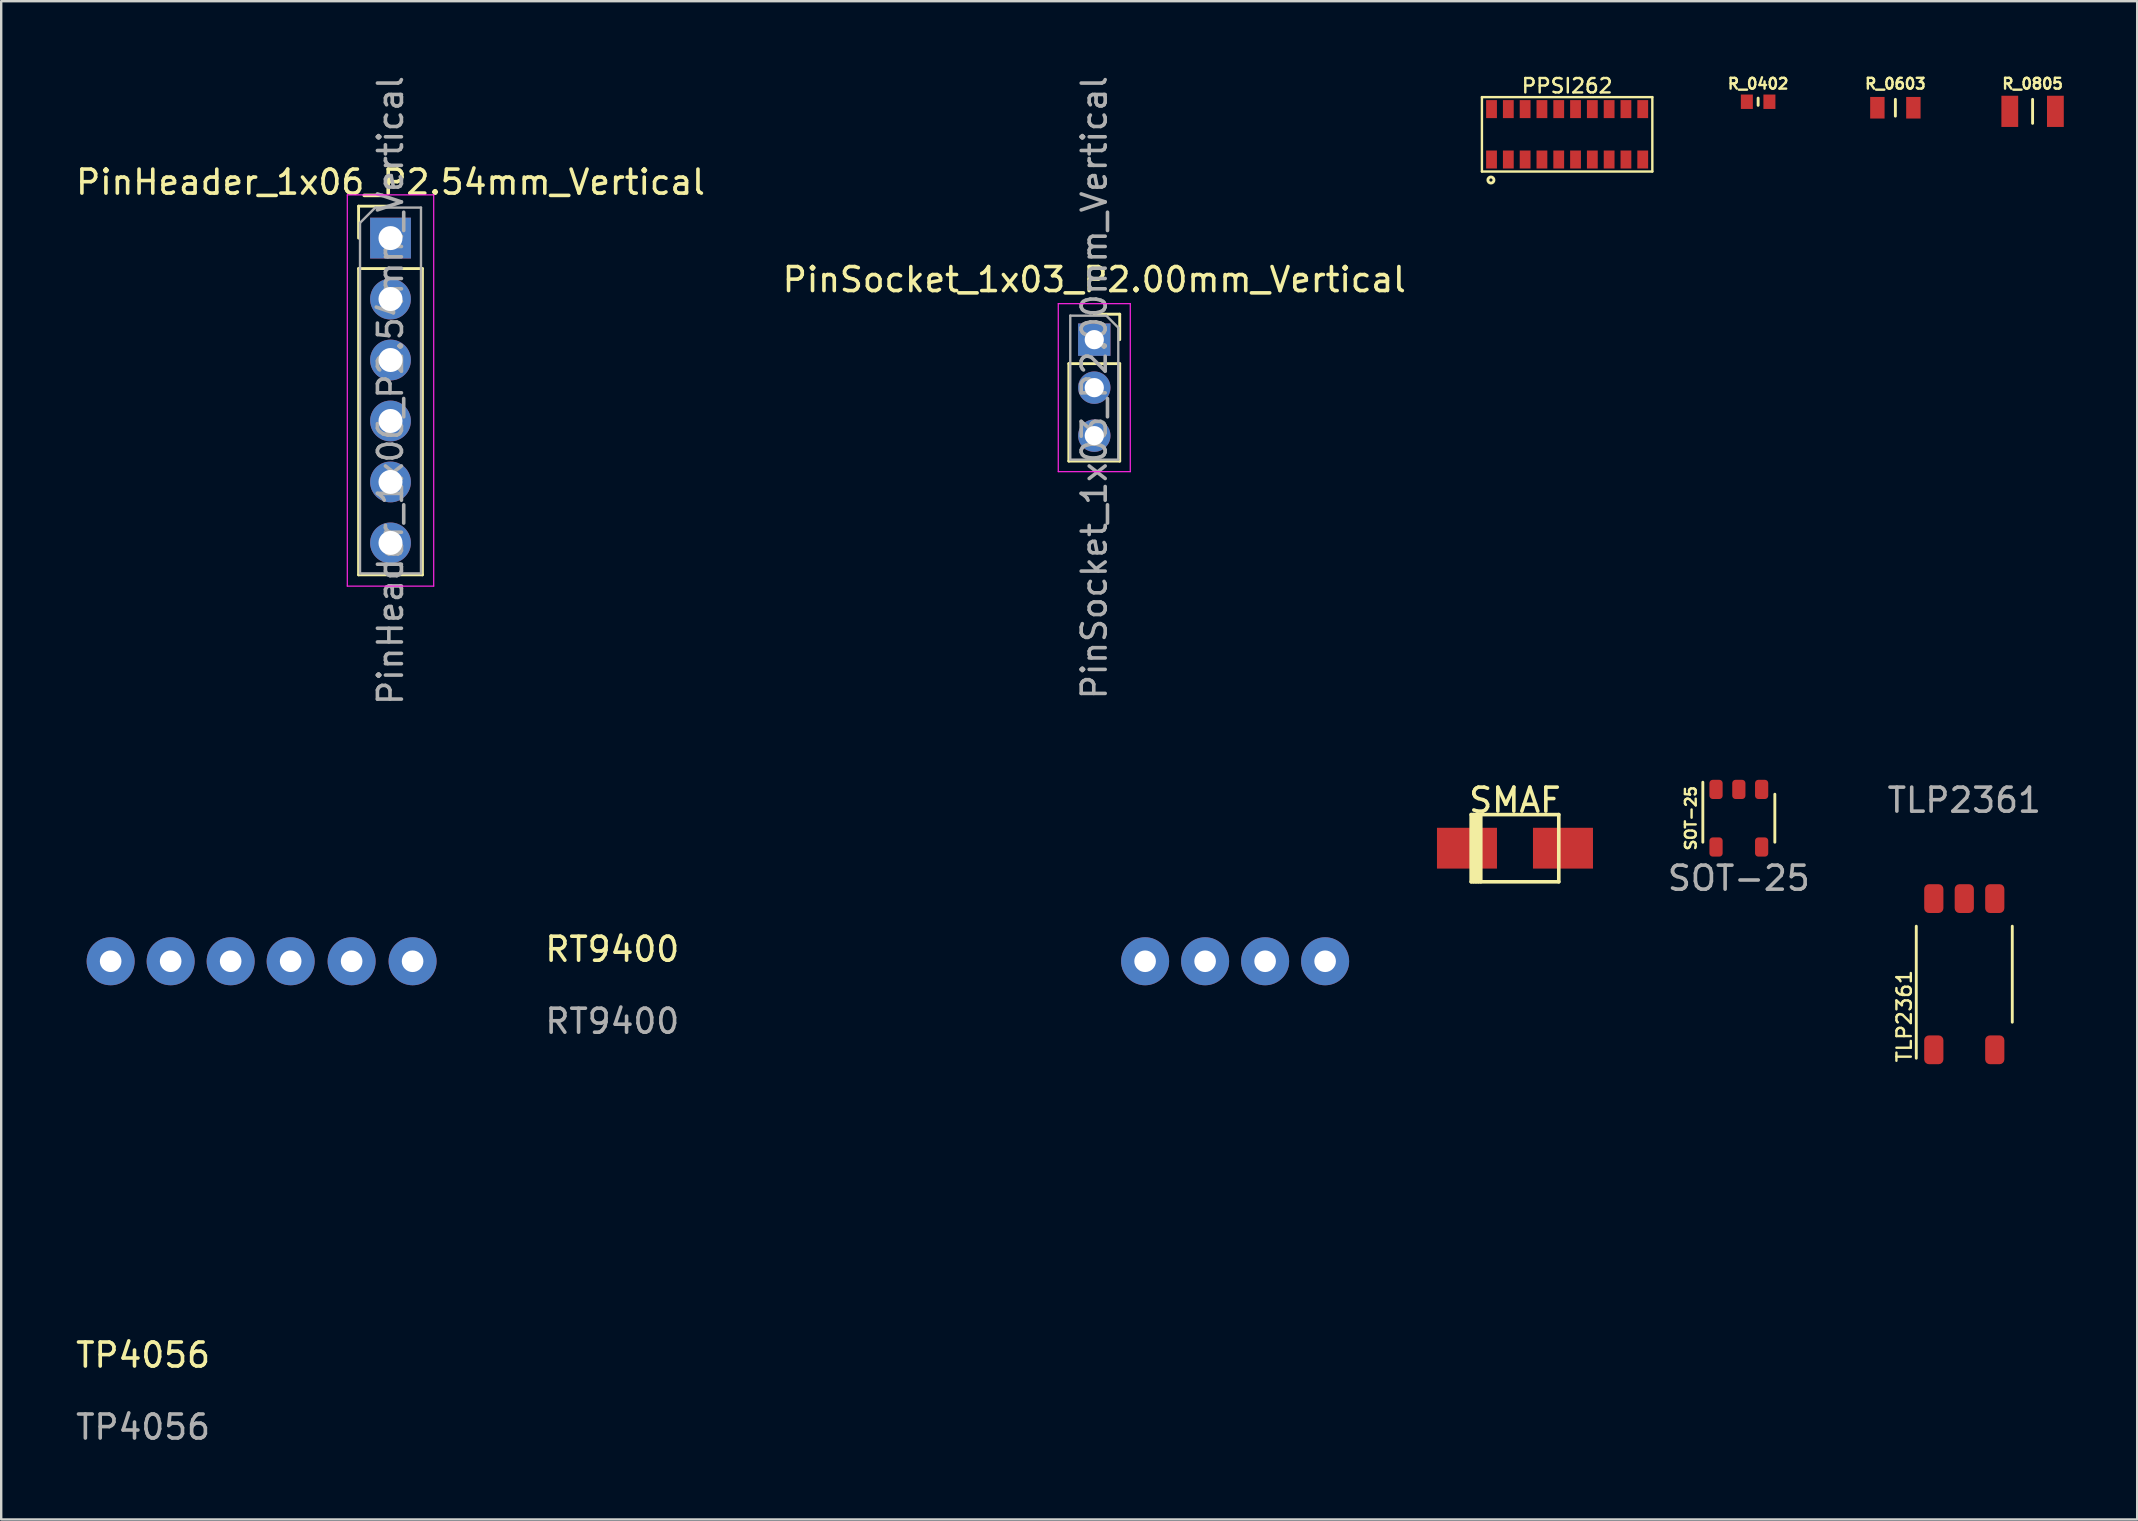
<source format=kicad_pcb>
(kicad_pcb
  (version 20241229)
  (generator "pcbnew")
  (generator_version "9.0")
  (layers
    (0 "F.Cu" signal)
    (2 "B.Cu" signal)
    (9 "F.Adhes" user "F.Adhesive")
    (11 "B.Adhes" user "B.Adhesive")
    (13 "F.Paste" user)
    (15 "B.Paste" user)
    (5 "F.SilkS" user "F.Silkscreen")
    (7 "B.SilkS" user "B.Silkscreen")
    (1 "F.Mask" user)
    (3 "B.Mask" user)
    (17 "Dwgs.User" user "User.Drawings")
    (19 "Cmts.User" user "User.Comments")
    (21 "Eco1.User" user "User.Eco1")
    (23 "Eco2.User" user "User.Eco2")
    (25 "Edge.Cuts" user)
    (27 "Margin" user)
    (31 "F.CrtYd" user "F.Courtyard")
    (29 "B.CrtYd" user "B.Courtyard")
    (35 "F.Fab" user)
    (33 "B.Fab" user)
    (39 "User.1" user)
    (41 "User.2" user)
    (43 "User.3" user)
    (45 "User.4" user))
  (footprint "PPSI262"
    (layer "F.Cu")
    (at 62.243 2.546)
    (property "Reference" "PPSI262" (at 0 -2.019 0) (layer "F.SilkS") (effects (font (size 0.6 0.6) (thickness 0.1))))
    (attr through_hole)
    (fp_line (start -3.55 -1.55) (end -3.55 1.55) (stroke (width 0.1) (type solid)) (layer "F.SilkS"))
    (fp_line (start -3.55 -1.55) (end 3.55 -1.55) (stroke (width 0.1) (type solid)) (layer "F.SilkS"))
    (fp_line (start -3.55 1.55) (end 3.55 1.55) (stroke (width 0.1) (type solid)) (layer "F.SilkS"))
    (fp_line (start 3.55 -1.55) (end 3.55 1.55) (stroke (width 0.1) (type solid)) (layer "F.SilkS"))
    (fp_circle (center -3.175 1.905) (end -3.048 1.905) (stroke (width 0.12) (type solid)) (fill no) (layer "F.SilkS"))
    (fp_line (start -0.762 0) (end 0.762 0) (stroke (width 0.12) (type solid)) (layer "Eco1.User"))
    (fp_line (start 0 0.762) (end 0 -0.762) (stroke (width 0.12) (type solid)) (layer "Eco1.User"))
    (pad "1" smd rect (at -3.15 1.05) (size 0.45 0.75) (layers "F.Cu" "F.Mask" "F.Paste"))
    (pad "2" smd rect (at -2.45 1.05) (size 0.45 0.75) (layers "F.Cu" "F.Mask" "F.Paste"))
    (pad "3" smd rect (at -1.75 1.05) (size 0.45 0.75) (layers "F.Cu" "F.Mask" "F.Paste"))
    (pad "4" smd rect (at -1.05 1.05) (size 0.45 0.75) (layers "F.Cu" "F.Mask" "F.Paste"))
    (pad "5" smd rect (at -0.35 1.05) (size 0.45 0.75) (layers "F.Cu" "F.Mask" "F.Paste"))
    (pad "6" smd rect (at 0.35 1.05) (size 0.45 0.75) (layers "F.Cu" "F.Mask" "F.Paste"))
    (pad "7" smd rect (at 1.05 1.05) (size 0.45 0.75) (layers "F.Cu" "F.Mask" "F.Paste"))
    (pad "8" smd rect (at 1.75 1.05) (size 0.45 0.75) (layers "F.Cu" "F.Mask" "F.Paste"))
    (pad "9" smd rect (at 2.45 1.05) (size 0.45 0.75) (layers "F.Cu" "F.Mask" "F.Paste"))
    (pad "10" smd rect (at 3.15 1.05) (size 0.45 0.75) (layers "F.Cu" "F.Mask" "F.Paste"))
    (pad "11" smd rect (at 3.15 -1.05 180) (size 0.45 0.75) (layers "F.Cu" "F.Mask" "F.Paste"))
    (pad "12" smd rect (at 2.45 -1.05 180) (size 0.45 0.75) (layers "F.Cu" "F.Mask" "F.Paste"))
    (pad "13" smd rect (at 1.75 -1.05 180) (size 0.45 0.75) (layers "F.Cu" "F.Mask" "F.Paste"))
    (pad "14" smd rect (at 1.05 -1.05 180) (size 0.45 0.75) (layers "F.Cu" "F.Mask" "F.Paste"))
    (pad "15" smd rect (at 0.35 -1.05 180) (size 0.45 0.75) (layers "F.Cu" "F.Mask" "F.Paste"))
    (pad "16" smd rect (at -0.35 -1.05 180) (size 0.45 0.75) (layers "F.Cu" "F.Mask" "F.Paste"))
    (pad "17" smd rect (at -1.05 -1.05 180) (size 0.45 0.75) (layers "F.Cu" "F.Mask" "F.Paste"))
    (pad "18" smd rect (at -1.75 -1.05 180) (size 0.45 0.75) (layers "F.Cu" "F.Mask" "F.Paste"))
    (pad "19" smd rect (at -2.45 -1.05 180) (size 0.45 0.75) (layers "F.Cu" "F.Mask" "F.Paste"))
    (pad "20" smd rect (at -3.15 -1.05 180) (size 0.45 0.75) (layers "F.Cu" "F.Mask" "F.Paste")))
  (footprint "TLP2361"
    (layer "F.Cu")
    (at 78.79 37.539)
    (property "Reference" "TLP2361" (at -2.5 1.75 90) (unlocked yes) (layer "F.SilkS") (effects (font (size 0.6 0.6) (thickness 0.1) (bold yes))))
    (attr smd)
    (fp_line (start -2 -2) (end -2 3.5) (stroke (width 0.12) (type default)) (layer "F.SilkS"))
    (fp_line (start 2 -2) (end 2 2) (stroke (width 0.12) (type default)) (layer "F.SilkS"))
    (fp_rect (start -1.85 -2.275) (end 1.85 2.275) (stroke (width 0.08) (type default)) (fill no) (layer "Eco1.User"))
    (fp_text user "${REFERENCE}" (at 0 -7.25 0) (unlocked yes) (layer "F.Fab") (effects (font (size 1 1) (thickness 0.15))))
    (pad "1" smd roundrect (at -1.27 3.15 90) (size 1.2 0.8) (layers "F.Cu" "F.Mask" "F.Paste") (roundrect_rratio 0.25))
    (pad "3" smd roundrect (at 1.27 3.15 90) (size 1.2 0.8) (layers "F.Cu" "F.Mask" "F.Paste") (roundrect_rratio 0.25))
    (pad "4" smd roundrect (at 1.27 -3.15 90) (size 1.2 0.8) (layers "F.Cu" "F.Mask" "F.Paste") (roundrect_rratio 0.25))
    (pad "5" smd roundrect (at 0 -3.15 90) (size 1.2 0.8) (layers "F.Cu" "F.Mask" "F.Paste") (roundrect_rratio 0.25))
    (pad "6" smd roundrect (at -1.27 -3.15 90) (size 1.2 0.8) (layers "F.Cu" "F.Mask" "F.Paste") (roundrect_rratio 0.25)))
  (footprint "SMAF"
    (layer "F.Cu")
    (at 60.07 32.289)
    (property "Reference" "SMAF" (at 0 -2 0) (layer "F.SilkS") (effects (font (size 1 1) (thickness 0.15))))
    (attr through_hole)
    (fp_line (start -1.825 -1.4) (end -1.825 1.4) (stroke (width 0.15) (type solid)) (layer "F.SilkS"))
    (fp_line (start -1.825 1.4) (end 1.825 1.4) (stroke (width 0.15) (type solid)) (layer "F.SilkS"))
    (fp_line (start -1.725 -1.4) (end -1.725 1.4) (stroke (width 0.15) (type solid)) (layer "F.SilkS"))
    (fp_line (start -1.625 -1.4) (end -1.625 1.4) (stroke (width 0.15) (type solid)) (layer "F.SilkS"))
    (fp_line (start -1.525 -1.4) (end -1.525 1.4) (stroke (width 0.15) (type solid)) (layer "F.SilkS"))
    (fp_line (start -1.425 -1.4) (end -1.425 1.4) (stroke (width 0.15) (type solid)) (layer "F.SilkS"))
    (fp_line (start 1.825 -1.4) (end -1.825 -1.4) (stroke (width 0.15) (type solid)) (layer "F.SilkS"))
    (fp_line (start 1.825 1.4) (end 1.825 -1.4) (stroke (width 0.15) (type solid)) (layer "F.SilkS"))
    (pad "1" smd rect (at -2 0) (size 2.5 1.7) (layers "F.Cu" "F.Mask" "F.Paste"))
    (pad "2" smd rect (at 2 0) (size 2.5 1.7) (layers "F.Cu" "F.Mask" "F.Paste")))
  (footprint "PinSocket_1x03_P2.00mm_Vertical"
    (layer "F.Cu")
    (at 42.542 13.101)
    (property "Reference" "PinSocket_1x03_P2.00mm_Vertical" (at 0 -4.5 0) (layer "F.SilkS") (effects (font (size 1 1) (thickness 0.15))))
    (attr through_hole)
    (fp_line (start -1.06 -1) (end -1.06 3.06) (stroke (width 0.12) (type solid)) (layer "F.SilkS"))
    (fp_line (start -1.06 -1) (end 1.06 -1) (stroke (width 0.12) (type solid)) (layer "F.SilkS"))
    (fp_line (start -1.06 3.06) (end 1.06 3.06) (stroke (width 0.12) (type solid)) (layer "F.SilkS"))
    (fp_line (start 0 -3.06) (end 1.06 -3.06) (stroke (width 0.12) (type solid)) (layer "F.SilkS"))
    (fp_line (start 1.06 -3.06) (end 1.06 -2) (stroke (width 0.12) (type solid)) (layer "F.SilkS"))
    (fp_line (start 1.06 -1) (end 1.06 3.06) (stroke (width 0.12) (type solid)) (layer "F.SilkS"))
    (fp_line (start -1.5 -3.5) (end 1.5 -3.5) (stroke (width 0.05) (type solid)) (layer "F.CrtYd"))
    (fp_line (start -1.5 3.5) (end -1.5 -3.5) (stroke (width 0.05) (type solid)) (layer "F.CrtYd"))
    (fp_line (start 1.5 -3.5) (end 1.5 3.5) (stroke (width 0.05) (type solid)) (layer "F.CrtYd"))
    (fp_line (start 1.5 3.5) (end -1.5 3.5) (stroke (width 0.05) (type solid)) (layer "F.CrtYd"))
    (fp_line (start -1 -3) (end 0.5 -3) (stroke (width 0.1) (type solid)) (layer "F.Fab"))
    (fp_line (start -1 3) (end -1 -3) (stroke (width 0.1) (type solid)) (layer "F.Fab"))
    (fp_line (start 0.5 -3) (end 1 -2.5) (stroke (width 0.1) (type solid)) (layer "F.Fab"))
    (fp_line (start 1 -2.5) (end 1 3) (stroke (width 0.1) (type solid)) (layer "F.Fab"))
    (fp_line (start 1 3) (end -1 3) (stroke (width 0.1) (type solid)) (layer "F.Fab"))
    (fp_text user "${REFERENCE}" (at 0 0 90) (layer "F.Fab") (effects (font (size 1 1) (thickness 0.15))))
    (pad "1" thru_hole rect (at 0 -2) (size 1.35 1.35) (drill 0.8) (layers "*.Cu" "*.Mask"))
    (pad "2" thru_hole oval (at 0 0) (size 1.35 1.35) (drill 0.8) (layers "*.Cu" "*.Mask"))
    (pad "3" thru_hole oval (at 0 2) (size 1.35 1.35) (drill 0.8) (layers "*.Cu" "*.Mask")))
  (footprint "PinHeader_1x06_P2.54mm_Vertical"
    (layer "F.Cu")
    (at 13.22 13.22)
    (property "Reference" "PinHeader_1x06_P2.54mm_Vertical" (at 0 -8.68 0) (layer "F.SilkS") (effects (font (size 1 1) (thickness 0.15))))
    (attr through_hole)
    (fp_line (start -1.33 -7.68) (end 0 -7.68) (stroke (width 0.12) (type solid)) (layer "F.SilkS"))
    (fp_line (start -1.33 -6.35) (end -1.33 -7.68) (stroke (width 0.12) (type solid)) (layer "F.SilkS"))
    (fp_line (start -1.33 -5.08) (end -1.33 7.68) (stroke (width 0.12) (type solid)) (layer "F.SilkS"))
    (fp_line (start -1.33 -5.08) (end 1.33 -5.08) (stroke (width 0.12) (type solid)) (layer "F.SilkS"))
    (fp_line (start -1.33 7.68) (end 1.33 7.68) (stroke (width 0.12) (type solid)) (layer "F.SilkS"))
    (fp_line (start 1.33 -5.08) (end 1.33 7.68) (stroke (width 0.12) (type solid)) (layer "F.SilkS"))
    (fp_line (start -1.8 -8.15) (end -1.8 8.15) (stroke (width 0.05) (type solid)) (layer "F.CrtYd"))
    (fp_line (start -1.8 8.15) (end 1.8 8.15) (stroke (width 0.05) (type solid)) (layer "F.CrtYd"))
    (fp_line (start 1.8 -8.15) (end -1.8 -8.15) (stroke (width 0.05) (type solid)) (layer "F.CrtYd"))
    (fp_line (start 1.8 8.15) (end 1.8 -8.15) (stroke (width 0.05) (type solid)) (layer "F.CrtYd"))
    (fp_line (start -1.27 -6.985) (end -0.635 -7.62) (stroke (width 0.1) (type solid)) (layer "F.Fab"))
    (fp_line (start -1.27 7.62) (end -1.27 -6.985) (stroke (width 0.1) (type solid)) (layer "F.Fab"))
    (fp_line (start -0.635 -7.62) (end 1.27 -7.62) (stroke (width 0.1) (type solid)) (layer "F.Fab"))
    (fp_line (start 1.27 -7.62) (end 1.27 7.62) (stroke (width 0.1) (type solid)) (layer "F.Fab"))
    (fp_line (start 1.27 7.62) (end -1.27 7.62) (stroke (width 0.1) (type solid)) (layer "F.Fab"))
    (fp_text user "${REFERENCE}" (at 0 0 90) (layer "F.Fab") (effects (font (size 1 1) (thickness 0.15))))
    (pad "1" thru_hole rect (at 0 -6.35) (size 1.7 1.7) (drill 1) (layers "*.Cu" "*.Mask"))
    (pad "2" thru_hole oval (at 0 -3.81) (size 1.7 1.7) (drill 1) (layers "*.Cu" "*.Mask"))
    (pad "3" thru_hole oval (at 0 -1.27) (size 1.7 1.7) (drill 1) (layers "*.Cu" "*.Mask"))
    (pad "4" thru_hole oval (at 0 1.27) (size 1.7 1.7) (drill 1) (layers "*.Cu" "*.Mask"))
    (pad "5" thru_hole oval (at 0 3.81) (size 1.7 1.7) (drill 1) (layers "*.Cu" "*.Mask"))
    (pad "6" thru_hole oval (at 0 6.35) (size 1.7 1.7) (drill 1) (layers "*.Cu" "*.Mask")))
  (footprint "R_0402"
    (layer "F.Cu")
    (at 70.201 1.189)
    (property "Reference" "R_0402" (at 0 -0.75 0) (layer "F.SilkS") (effects (font (size 0.45 0.45) (thickness 0.1))))
    (attr smd)
    (fp_line (start 0 0.15) (end 0 -0.15) (stroke (width 0.12) (type solid)) (layer "F.SilkS"))
    (pad "1" smd rect (at -0.47 0) (size 0.5 0.6) (layers "F.Cu" "F.Mask" "F.Paste"))
    (pad "2" smd rect (at 0.47 0) (size 0.5 0.6) (layers "F.Cu" "F.Mask" "F.Paste")))
  (footprint "SOT-25"
    (layer "F.Cu")
    (at 69.397 31.04)
    (property "Reference" "SOT-25" (at -2 0 90) (unlocked yes) (layer "F.SilkS") (effects (font (size 0.45 0.45) (thickness 0.1))))
    (attr smd)
    (fp_line (start -1.5 1) (end -1.5 -1.5) (stroke (width 0.12) (type solid)) (layer "F.SilkS"))
    (fp_line (start 1.5 1) (end 1.5 -1) (stroke (width 0.12) (type solid)) (layer "F.SilkS"))
    (fp_text user "${REFERENCE}" (at 0 2.5 0) (unlocked yes) (layer "F.Fab") (effects (font (size 1 1) (thickness 0.15))))
    (pad "1" smd roundrect (at -0.95 -1.2) (size 0.55 0.8) (layers "F.Cu" "F.Mask" "F.Paste") (roundrect_rratio 0.25))
    (pad "2" smd roundrect (at 0 -1.2) (size 0.55 0.8) (layers "F.Cu" "F.Mask" "F.Paste") (roundrect_rratio 0.25))
    (pad "3" smd roundrect (at 0.95 -1.2) (size 0.55 0.8) (layers "F.Cu" "F.Mask" "F.Paste") (roundrect_rratio 0.25))
    (pad "4" smd roundrect (at -0.95 1.2) (size 0.55 0.8) (layers "F.Cu" "F.Mask" "F.Paste") (roundrect_rratio 0.25))
    (pad "5" smd roundrect (at 0.95 1.2) (size 0.55 0.8) (layers "F.Cu" "F.Mask" "F.Paste") (roundrect_rratio 0.25)))
  (footprint "R_0805"
    (layer "F.Cu")
    (at 81.636 1.589)
    (property "Reference" "R_0805" (at 0 -1.15 0) (layer "F.SilkS") (effects (font (size 0.45 0.45) (thickness 0.1))))
    (attr smd)
    (fp_line (start 0 0.5) (end 0 -0.5) (stroke (width 0.12) (type solid)) (layer "F.SilkS"))
    (pad "1" smd rect (at -0.95 0) (size 0.7 1.3) (layers "F.Cu" "F.Mask" "F.Paste"))
    (pad "2" smd rect (at 0.95 0) (size 0.7 1.3) (layers "F.Cu" "F.Mask" "F.Paste")))
  (footprint "TP4056"
    (layer "F.Cu")
    (at 2.911 53.909)
    (property "Reference" "TP4056" (at 0 -0.5 0) (unlocked yes) (layer "F.SilkS") (effects (font (size 1 1) (thickness 0.15))))
    (attr smd)
    (fp_text user "${REFERENCE}" (at 0 2.5 0) (unlocked yes) (layer "F.Fab") (effects (font (size 1 1) (thickness 0.15)))))
  (footprint "R_0603"
    (layer "F.Cu")
    (at 75.919 1.439)
    (property "Reference" "R_0603" (at 0 -1 0) (layer "F.SilkS") (effects (font (size 0.45 0.45) (thickness 0.1))))
    (attr smd)
    (fp_line (start 0 0.35) (end 0 -0.35) (stroke (width 0.12) (type solid)) (layer "F.SilkS"))
    (pad "1" smd rect (at -0.75 0) (size 0.6 0.9) (layers "F.Cu" "F.Mask" "F.Paste"))
    (pad "2" smd rect (at 0.75 0) (size 0.6 0.9) (layers "F.Cu" "F.Mask" "F.Paste")))
  (footprint "RT9400"
    (layer "F.Cu")
    (at 22.46 37)
    (property "Reference" "RT9400" (at 0 -0.5 0) (unlocked yes) (layer "F.SilkS") (effects (font (size 1 1) (thickness 0.15))))
    (attr through_hole)
    (fp_line (start -22.4 -7.5) (end -22.4 3) (stroke (width 0.12) (type default)) (layer "Eco1.User"))
    (fp_line (start -22.4 3) (end 0 3) (stroke (width 0.12) (type default)) (layer "Eco1.User"))
    (fp_line (start 0 3) (end 0 12.5) (stroke (width 0.12) (type default)) (layer "Eco1.User"))
    (fp_line (start 15.2 3) (end 15.2 12.5) (stroke (width 0.12) (type default)) (layer "Eco1.User"))
    (fp_line (start 15.2 3) (end 31.3 3) (stroke (width 0.12) (type default)) (layer "Eco1.User"))
    (fp_line (start 15.2 12.5) (end 0 12.5) (stroke (width 0.12) (type default)) (layer "Eco1.User"))
    (fp_line (start 31.3 -7.5) (end -22.4 -7.5) (stroke (width 0.12) (type default)) (layer "Eco1.User"))
    (fp_line (start 31.3 -7.5) (end 31.3 3) (stroke (width 0.12) (type default)) (layer "Eco1.User"))
    (fp_text user "${REFERENCE}" (at 0 2.5 0) (unlocked yes) (layer "F.Fab") (effects (font (size 1 1) (thickness 0.15))))
    (pad "1" thru_hole circle (at -20.9 0) (size 2 2) (drill 0.9) (layers "*.Cu" "*.Mask"))
    (pad "2" thru_hole circle (at -18.4 0) (size 2 2) (drill 0.9) (layers "*.Cu" "*.Mask"))
    (pad "3" thru_hole circle (at -15.9 0) (size 2 2) (drill 0.9) (layers "*.Cu" "*.Mask"))
    (pad "4" thru_hole circle (at -13.4 0) (size 2 2) (drill 0.9) (layers "*.Cu" "*.Mask"))
    (pad "5" thru_hole circle (at 22.2 0) (size 2 2) (drill 0.9) (layers "*.Cu" "*.Mask"))
    (pad "6" thru_hole circle (at 24.7 0) (size 2 2) (drill 0.9) (layers "*.Cu" "*.Mask"))
    (pad "7" thru_hole circle (at 27.2 0) (size 2 2) (drill 0.9) (layers "*.Cu" "*.Mask"))
    (pad "8" thru_hole circle (at 29.7 0) (size 2 2) (drill 0.9) (layers "*.Cu" "*.Mask"))
    (pad "C1" thru_hole circle (at -10.86 0) (size 2 2) (drill 0.9) (layers "*.Cu" "*.Mask"))
    (pad "C2" thru_hole circle (at -8.32 0) (size 2 2) (drill 0.9) (layers "*.Cu" "*.Mask")))
  (gr_rect
    (start -3 -3)
    (end 85.994 60.257)
    (stroke (width 0.1) (type default))
    (fill no)
    (layer "Edge.Cuts")))
</source>
